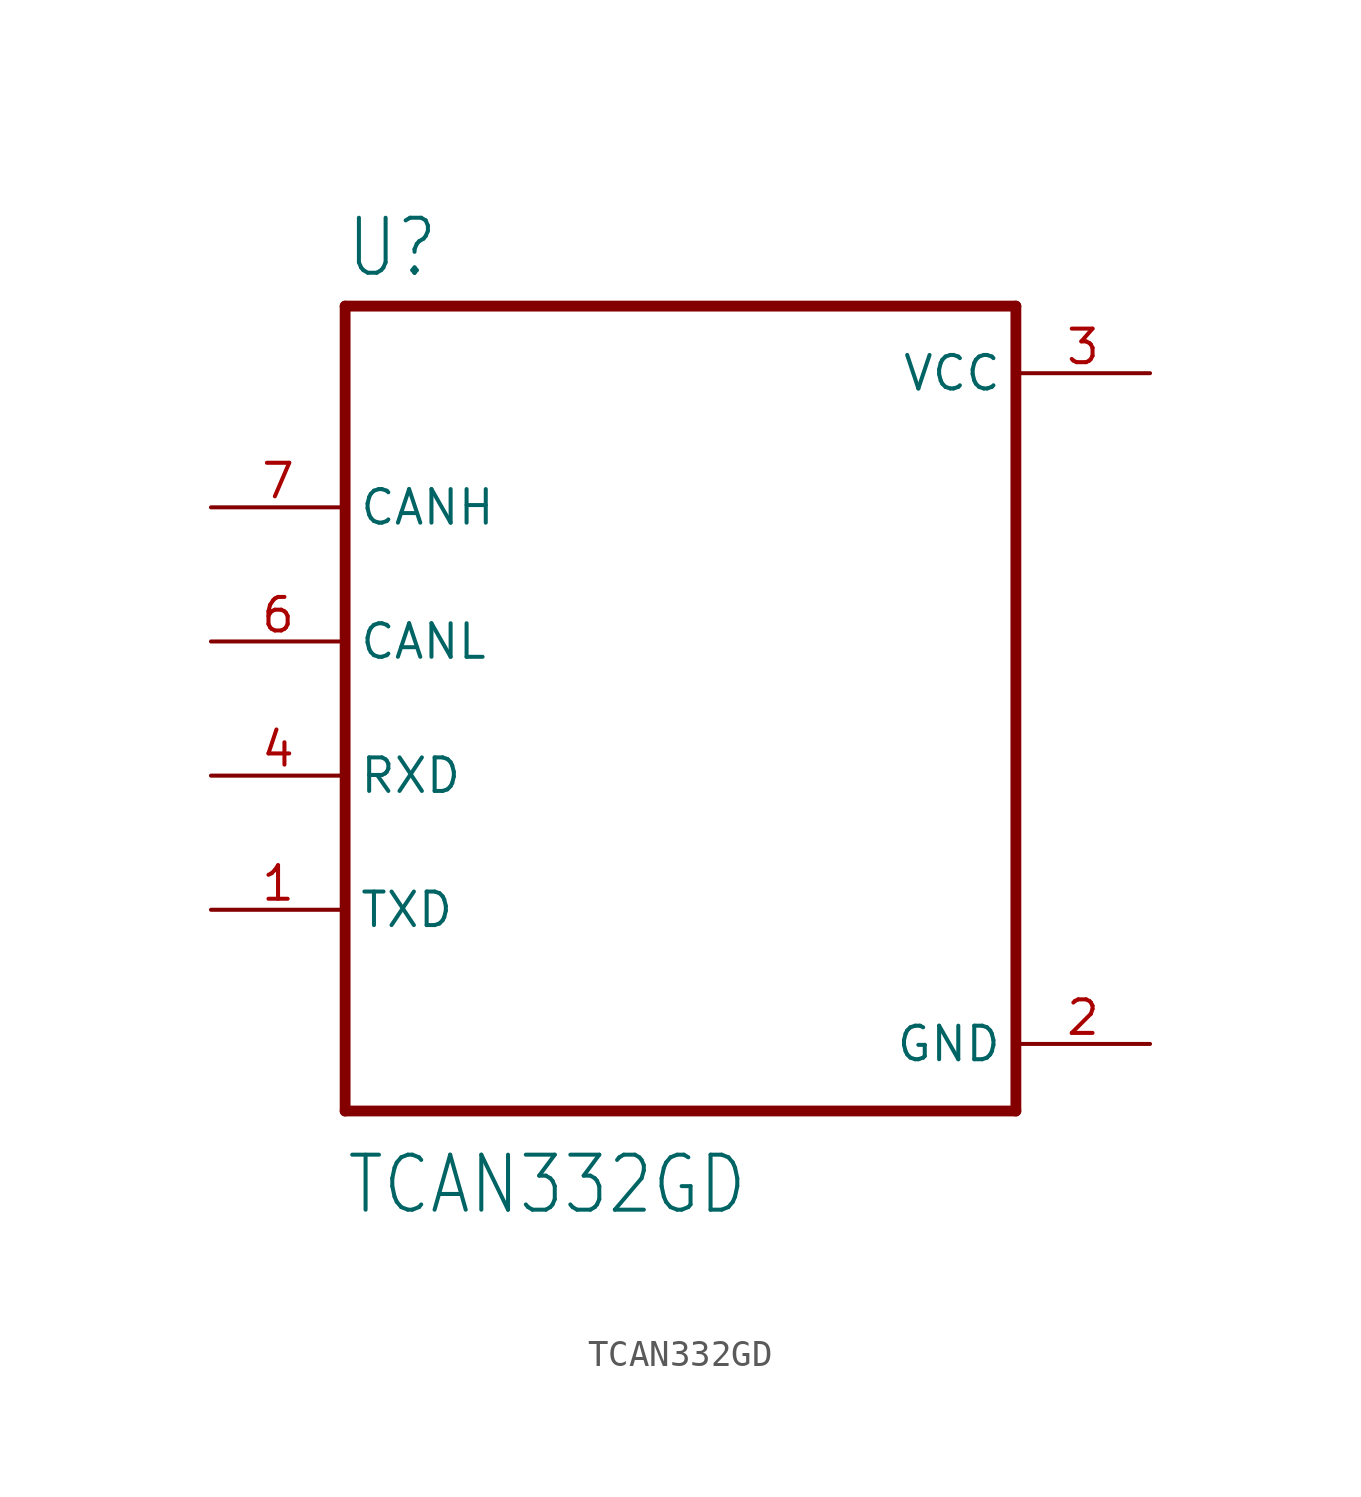
<source format=kicad_sym>
(kicad_symbol_lib
  (version 20211014)
  (generator kicad_symbol_editor)
  (symbol "TCAN332GD"
    (property "Reference" "U"
      (at -12.7 16.24 0)
      (effects (font (size 2.083 1.77)) (justify left bottom)))
    (property "Value" "TCAN332GD"
      (at -12.7 -19.24 0)
      (effects (font (size 2.083 1.77)) (justify left bottom)))
    (property "ki_locked" ""
      (at 0 0 0)
      (effects (font (size 1.27 1.27))))
    (symbol "TCAN332GD_1_0"
      (polyline (pts (xy -12.7 -15.24) (xy -12.7 15.24)) (stroke (width 0.41) (type default) (color 0 0 0 0)) (fill (type none)))
      (polyline (pts (xy -12.7 15.24) (xy 12.7 15.24)) (stroke (width 0.41) (type default) (color 0 0 0 0)) (fill (type none)))
      (polyline (pts (xy 12.7 -15.24) (xy -12.7 -15.24)) (stroke (width 0.41) (type default) (color 0 0 0 0)) (fill (type none)))
      (polyline (pts (xy 12.7 15.24) (xy 12.7 -15.24)) (stroke (width 0.41) (type default) (color 0 0 0 0)) (fill (type none)))
      (pin bidirectional line (at -17.78 -7.62 0) (length 5.08) (name "TXD" (effects (font (size 1.27 1.27)))) (number "1" (effects (font (size 1.27 1.27)))))
      (pin power_in line (at 17.78 -12.7 180) (length 5.08) (name "GND" (effects (font (size 1.27 1.27)))) (number "2" (effects (font (size 1.27 1.27)))))
      (pin power_in line (at 17.78 12.7 180) (length 5.08) (name "VCC" (effects (font (size 1.27 1.27)))) (number "3" (effects (font (size 1.27 1.27)))))
      (pin bidirectional line (at -17.78 -2.54 0) (length 5.08) (name "RXD" (effects (font (size 1.27 1.27)))) (number "4" (effects (font (size 1.27 1.27)))))
      (pin bidirectional line (at -17.78 2.54 0) (length 5.08) (name "CANL" (effects (font (size 1.27 1.27)))) (number "6" (effects (font (size 1.27 1.27)))))
      (pin bidirectional line (at -17.78 7.62 0) (length 5.08) (name "CANH" (effects (font (size 1.27 1.27)))) (number "7" (effects (font (size 1.27 1.27))))))))
</source>
